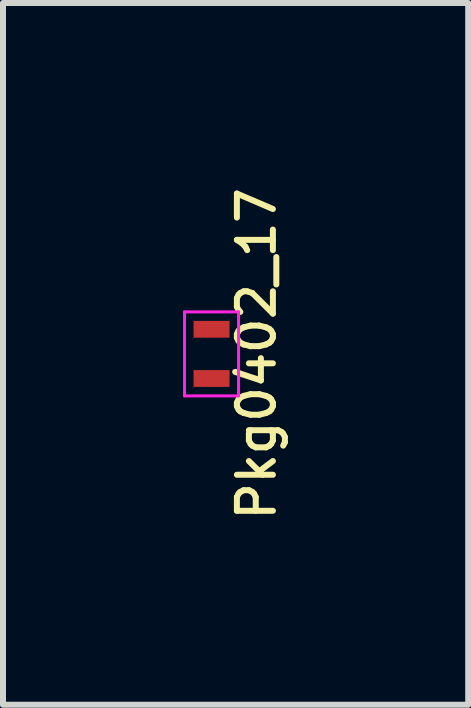
<source format=kicad_pcb>
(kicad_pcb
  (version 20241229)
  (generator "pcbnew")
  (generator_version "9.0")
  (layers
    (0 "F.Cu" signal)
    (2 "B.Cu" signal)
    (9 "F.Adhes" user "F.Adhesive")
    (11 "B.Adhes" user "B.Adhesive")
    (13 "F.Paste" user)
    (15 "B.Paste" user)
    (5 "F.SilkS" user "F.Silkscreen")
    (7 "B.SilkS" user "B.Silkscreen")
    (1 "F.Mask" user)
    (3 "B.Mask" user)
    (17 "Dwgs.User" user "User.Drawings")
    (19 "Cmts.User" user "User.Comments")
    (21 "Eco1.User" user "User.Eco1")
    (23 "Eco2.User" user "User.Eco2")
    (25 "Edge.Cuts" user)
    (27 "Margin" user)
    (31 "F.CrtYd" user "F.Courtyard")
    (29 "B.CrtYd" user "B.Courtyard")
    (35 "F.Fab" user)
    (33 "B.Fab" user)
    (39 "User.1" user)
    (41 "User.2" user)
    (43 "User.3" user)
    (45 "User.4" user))
  (footprint "Pkg0402_17"
    (layer "F.Cu")
    (at 0.475 2.847)
    (property "Reference" "Pkg0402_17" (at 0.75 0 90) (layer "F.SilkS") (effects (font (size 0.6 0.6) (thickness 0.1))))
    (fp_line (start -0.45 -0.7) (end -0.45 0.7) (stroke (width 0.05) (type solid)) (layer "F.CrtYd"))
    (fp_line (start -0.45 0.7) (end 0.45 0.7) (stroke (width 0.05) (type solid)) (layer "F.CrtYd"))
    (fp_line (start 0.45 -0.7) (end -0.45 -0.7) (stroke (width 0.05) (type solid)) (layer "F.CrtYd"))
    (fp_line (start 0.45 0.7) (end 0.45 -0.7) (stroke (width 0.05) (type solid)) (layer "F.CrtYd"))
    (pad "1" smd rect (at 0 -0.41) (size 0.6 0.28) (layers "F.Cu" "F.Mask" "F.Paste"))
    (pad "2" smd rect (at 0 0.41) (size 0.6 0.28) (layers "F.Cu" "F.Mask" "F.Paste")))
  (gr_rect
    (start -3 -3)
    (end 4.752 8.694)
    (stroke (width 0.1) (type default))
    (fill no)
    (layer "Edge.Cuts")))
</source>
